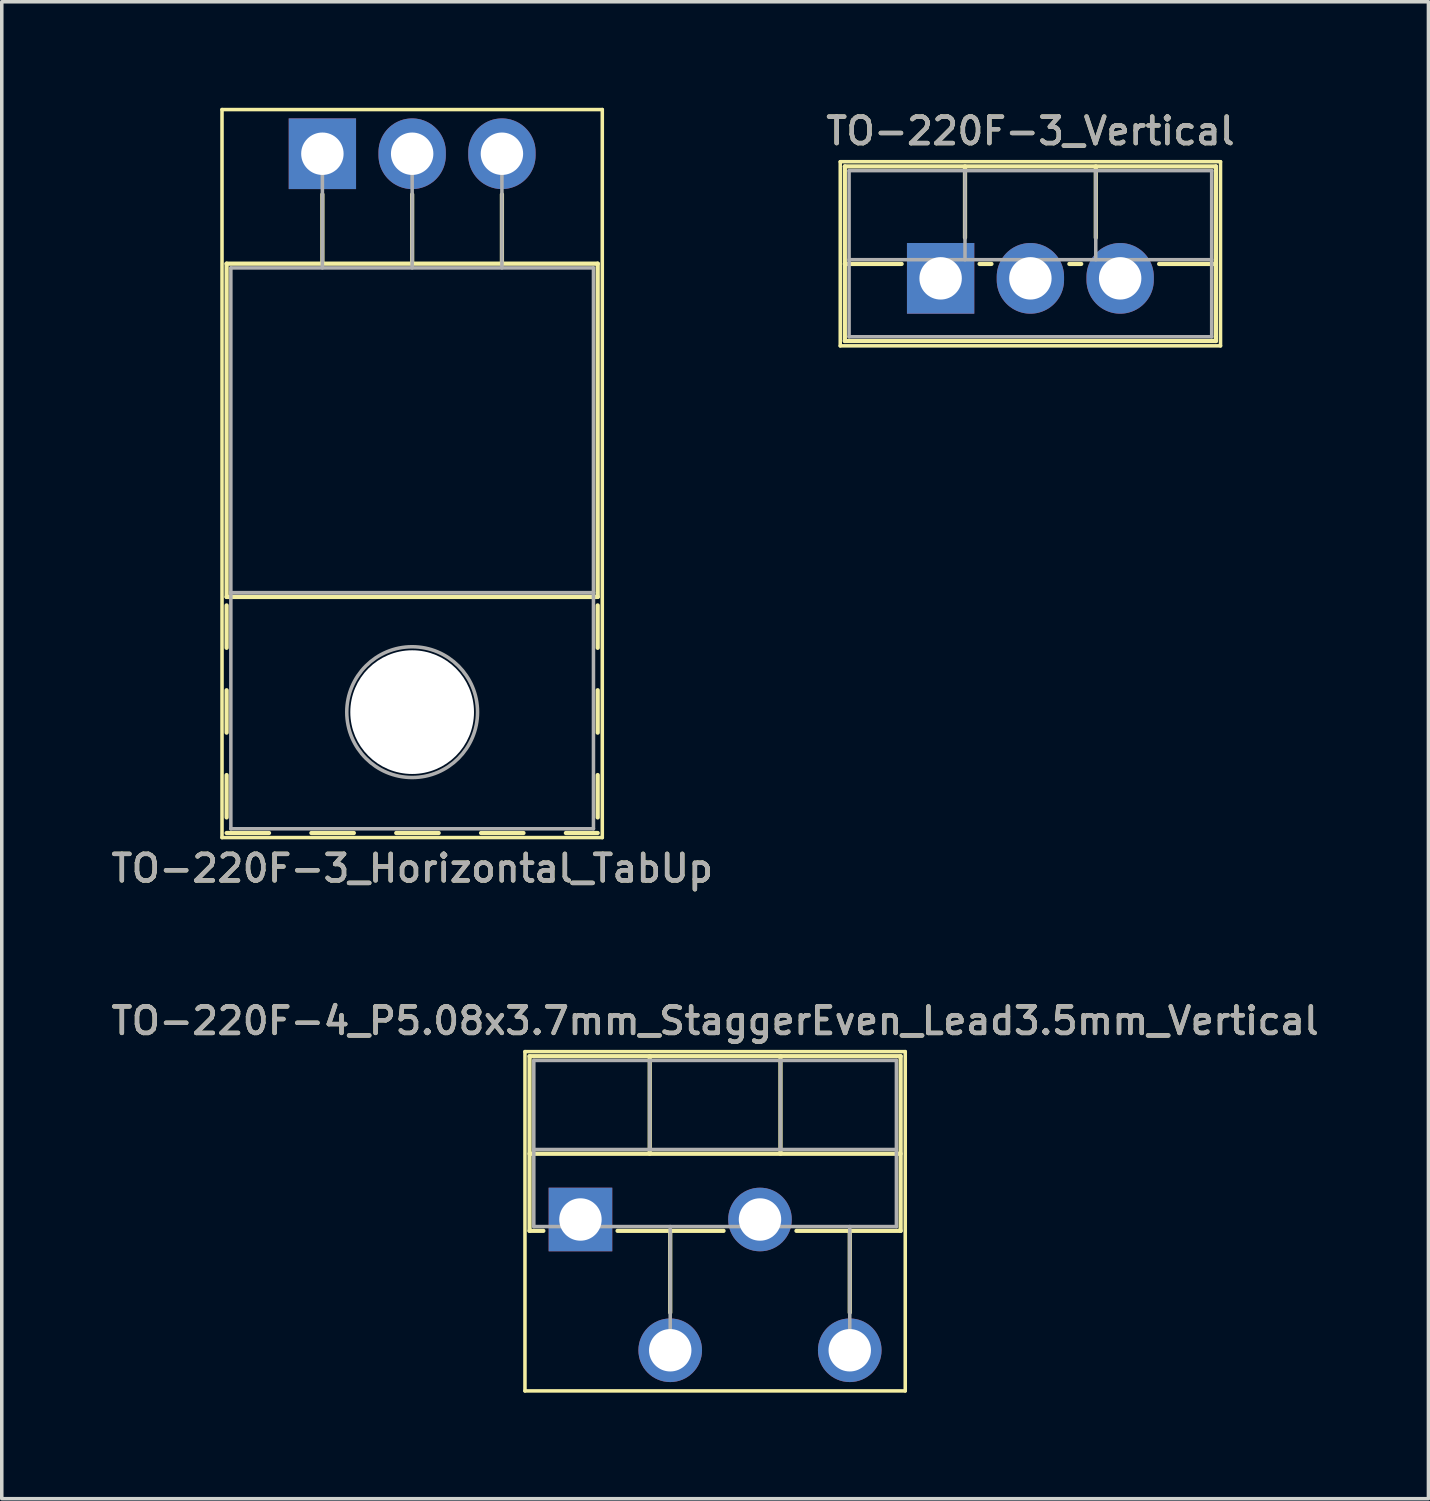
<source format=kicad_pcb>
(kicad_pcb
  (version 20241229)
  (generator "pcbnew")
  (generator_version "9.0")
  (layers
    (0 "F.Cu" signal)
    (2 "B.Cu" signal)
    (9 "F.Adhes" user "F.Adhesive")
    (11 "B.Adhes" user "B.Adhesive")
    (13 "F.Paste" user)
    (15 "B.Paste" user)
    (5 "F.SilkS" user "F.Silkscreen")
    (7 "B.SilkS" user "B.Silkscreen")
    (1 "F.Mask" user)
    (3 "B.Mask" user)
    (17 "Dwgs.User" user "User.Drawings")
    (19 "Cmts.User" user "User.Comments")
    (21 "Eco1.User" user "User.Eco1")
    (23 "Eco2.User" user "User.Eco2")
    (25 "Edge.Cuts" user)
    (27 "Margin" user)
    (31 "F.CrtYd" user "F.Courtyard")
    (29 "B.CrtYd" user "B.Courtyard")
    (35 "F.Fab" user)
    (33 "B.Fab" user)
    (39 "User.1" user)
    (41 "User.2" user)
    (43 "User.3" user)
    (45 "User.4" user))
  (footprint "TO-220F-4_P5.08x3.7mm_StaggerEven_Lead3.5mm_Vertical"
    (layer "F.Cu")
    (at 13.374 31.456)
    (property "Reference" "TO-220F-4_P5.08x3.7mm_StaggerEven_Lead3.5mm_Vertical" (at 3.81 -5.62 0) (layer "F.SilkS") (effects (font (size 0.75 0.75) (thickness 0.125))))
    (attr through_hole)
    (fp_line (start -1.57 -4.75) (end -1.57 4.85) (stroke (width 0.1) (type solid)) (layer "F.SilkS"))
    (fp_line (start -1.57 4.85) (end 9.19 4.85) (stroke (width 0.1) (type solid)) (layer "F.SilkS"))
    (fp_line (start -1.44 -4.62) (end -1.44 0.321) (stroke (width 0.12) (type solid)) (layer "F.SilkS"))
    (fp_line (start -1.44 -4.62) (end 9.06 -4.62) (stroke (width 0.12) (type solid)) (layer "F.SilkS"))
    (fp_line (start -1.44 -1.861) (end 9.06 -1.861) (stroke (width 0.12) (type solid)) (layer "F.SilkS"))
    (fp_line (start -1.44 0.321) (end -1.05 0.321) (stroke (width 0.12) (type solid)) (layer "F.SilkS"))
    (fp_line (start 1.05 0.321) (end 4.049 0.321) (stroke (width 0.12) (type solid)) (layer "F.SilkS"))
    (fp_line (start 1.96 -4.62) (end 1.96 -1.861) (stroke (width 0.12) (type solid)) (layer "F.SilkS"))
    (fp_line (start 2.54 0.321) (end 2.54 2.635) (stroke (width 0.12) (type solid)) (layer "F.SilkS"))
    (fp_line (start 5.66 -4.62) (end 5.66 -1.861) (stroke (width 0.12) (type solid)) (layer "F.SilkS"))
    (fp_line (start 6.112 0.321) (end 9.06 0.321) (stroke (width 0.12) (type solid)) (layer "F.SilkS"))
    (fp_line (start 7.62 0.321) (end 7.62 2.635) (stroke (width 0.12) (type solid)) (layer "F.SilkS"))
    (fp_line (start 9.06 -4.62) (end 9.06 0.321) (stroke (width 0.12) (type solid)) (layer "F.SilkS"))
    (fp_line (start 9.19 -4.75) (end -1.57 -4.75) (stroke (width 0.1) (type solid)) (layer "F.SilkS"))
    (fp_line (start 9.19 4.85) (end 9.19 -4.75) (stroke (width 0.1) (type solid)) (layer "F.SilkS"))
    (fp_line (start -1.32 -4.5) (end -1.32 0.2) (stroke (width 0.1) (type solid)) (layer "F.Fab"))
    (fp_line (start -1.32 -1.98) (end 8.94 -1.98) (stroke (width 0.1) (type solid)) (layer "F.Fab"))
    (fp_line (start -1.32 0.2) (end 8.94 0.2) (stroke (width 0.1) (type solid)) (layer "F.Fab"))
    (fp_line (start 1.96 -4.5) (end 1.96 -1.98) (stroke (width 0.1) (type solid)) (layer "F.Fab"))
    (fp_line (start 2.54 0.2) (end 2.54 3.7) (stroke (width 0.1) (type solid)) (layer "F.Fab"))
    (fp_line (start 5.66 -4.5) (end 5.66 -1.98) (stroke (width 0.1) (type solid)) (layer "F.Fab"))
    (fp_line (start 7.62 0.2) (end 7.62 3.7) (stroke (width 0.1) (type solid)) (layer "F.Fab"))
    (fp_line (start 8.94 -4.5) (end -1.32 -4.5) (stroke (width 0.1) (type solid)) (layer "F.Fab"))
    (fp_line (start 8.94 0.2) (end 8.94 -4.5) (stroke (width 0.1) (type solid)) (layer "F.Fab"))
    (fp_text user "${REFERENCE}" (at 3.81 -5.62 0) (layer "F.Fab") (effects (font (size 0.75 0.75) (thickness 0.125))))
    (pad "1" thru_hole rect (at 0 0) (size 1.8 1.8) (drill 1.2) (layers "*.Cu" "*.Mask"))
    (pad "2" thru_hole oval (at 2.54 3.7) (size 1.8 1.8) (drill 1.2) (layers "*.Cu" "*.Mask"))
    (pad "3" thru_hole oval (at 5.08 0) (size 1.8 1.8) (drill 1.2) (layers "*.Cu" "*.Mask"))
    (pad "4" thru_hole oval (at 7.62 3.7) (size 1.8 1.8) (drill 1.2) (layers "*.Cu" "*.Mask")))
  (footprint "TO-220F-3_Vertical"
    (layer "F.Cu")
    (at 23.565 4.826)
    (property "Reference" "TO-220F-3_Vertical" (at 2.54 -4.168 0) (layer "F.SilkS") (effects (font (size 0.75 0.75) (thickness 0.125))))
    (attr through_hole)
    (fp_line (start -2.84 -3.3) (end -2.84 1.91) (stroke (width 0.1) (type solid)) (layer "F.SilkS"))
    (fp_line (start -2.84 1.91) (end 7.92 1.91) (stroke (width 0.1) (type solid)) (layer "F.SilkS"))
    (fp_line (start -2.71 -3.168) (end -2.71 1.773) (stroke (width 0.12) (type solid)) (layer "F.SilkS"))
    (fp_line (start -2.71 -3.168) (end 7.79 -3.168) (stroke (width 0.12) (type solid)) (layer "F.SilkS"))
    (fp_line (start -2.71 -0.408) (end -1.103 -0.408) (stroke (width 0.12) (type solid)) (layer "F.SilkS"))
    (fp_line (start -2.71 1.773) (end 7.79 1.773) (stroke (width 0.12) (type solid)) (layer "F.SilkS"))
    (fp_line (start 0.69 -3.168) (end 0.69 -1.15) (stroke (width 0.12) (type solid)) (layer "F.SilkS"))
    (fp_line (start 1.103 -0.408) (end 1.438 -0.408) (stroke (width 0.12) (type solid)) (layer "F.SilkS"))
    (fp_line (start 3.643 -0.408) (end 3.978 -0.408) (stroke (width 0.12) (type solid)) (layer "F.SilkS"))
    (fp_line (start 4.391 -3.168) (end 4.391 -1.15) (stroke (width 0.12) (type solid)) (layer "F.SilkS"))
    (fp_line (start 6.183 -0.408) (end 7.79 -0.408) (stroke (width 0.12) (type solid)) (layer "F.SilkS"))
    (fp_line (start 7.79 -3.168) (end 7.79 1.773) (stroke (width 0.12) (type solid)) (layer "F.SilkS"))
    (fp_line (start 7.92 -3.3) (end -2.84 -3.3) (stroke (width 0.1) (type solid)) (layer "F.SilkS"))
    (fp_line (start 7.92 1.91) (end 7.92 -3.3) (stroke (width 0.1) (type solid)) (layer "F.SilkS"))
    (fp_line (start -2.59 -3.047) (end -2.59 1.653) (stroke (width 0.1) (type solid)) (layer "F.Fab"))
    (fp_line (start -2.59 -0.527) (end 7.67 -0.527) (stroke (width 0.1) (type solid)) (layer "F.Fab"))
    (fp_line (start -2.59 1.653) (end 7.67 1.653) (stroke (width 0.1) (type solid)) (layer "F.Fab"))
    (fp_line (start 0.69 -3.047) (end 0.69 -0.527) (stroke (width 0.1) (type solid)) (layer "F.Fab"))
    (fp_line (start 4.39 -3.047) (end 4.39 -0.527) (stroke (width 0.1) (type solid)) (layer "F.Fab"))
    (fp_line (start 7.67 -3.047) (end -2.59 -3.047) (stroke (width 0.1) (type solid)) (layer "F.Fab"))
    (fp_line (start 7.67 1.653) (end 7.67 -3.047) (stroke (width 0.1) (type solid)) (layer "F.Fab"))
    (fp_text user "${REFERENCE}" (at 2.54 -4.168 0) (layer "F.Fab") (effects (font (size 0.75 0.75) (thickness 0.125))))
    (pad "1" thru_hole rect (at 0 0) (size 1.905 2) (drill 1.2) (layers "*.Cu" "*.Mask"))
    (pad "2" thru_hole oval (at 2.54 0) (size 1.905 2) (drill 1.2) (layers "*.Cu" "*.Mask"))
    (pad "3" thru_hole oval (at 5.08 0) (size 1.905 2) (drill 1.2) (layers "*.Cu" "*.Mask")))
  (footprint "TO-220F-3_Horizontal_TabUp"
    (layer "F.Cu")
    (at 6.072 1.3)
    (property "Reference" "TO-220F-3_Horizontal_TabUp" (at 2.54 20.22 0) (layer "F.SilkS") (effects (font (size 0.75 0.75) (thickness 0.125))))
    (attr through_hole)
    (fp_line (start -2.84 -1.25) (end -2.84 19.35) (stroke (width 0.1) (type solid)) (layer "F.SilkS"))
    (fp_line (start -2.84 19.35) (end 7.92 19.35) (stroke (width 0.1) (type solid)) (layer "F.SilkS"))
    (fp_line (start -2.71 3.11) (end -2.71 12.54) (stroke (width 0.12) (type solid)) (layer "F.SilkS"))
    (fp_line (start -2.71 3.11) (end 7.79 3.11) (stroke (width 0.12) (type solid)) (layer "F.SilkS"))
    (fp_line (start -2.71 12.54) (end 7.79 12.54) (stroke (width 0.12) (type solid)) (layer "F.SilkS"))
    (fp_line (start -2.71 12.78) (end -2.71 13.98) (stroke (width 0.12) (type solid)) (layer "F.SilkS"))
    (fp_line (start -2.71 15.18) (end -2.71 16.38) (stroke (width 0.12) (type solid)) (layer "F.SilkS"))
    (fp_line (start -2.71 17.58) (end -2.71 18.78) (stroke (width 0.12) (type solid)) (layer "F.SilkS"))
    (fp_line (start -2.71 19.22) (end -1.51 19.22) (stroke (width 0.12) (type solid)) (layer "F.SilkS"))
    (fp_line (start -0.311 19.22) (end 0.89 19.22) (stroke (width 0.12) (type solid)) (layer "F.SilkS"))
    (fp_line (start 0 1.15) (end 0 3.11) (stroke (width 0.12) (type solid)) (layer "F.SilkS"))
    (fp_line (start 2.09 19.22) (end 3.29 19.22) (stroke (width 0.12) (type solid)) (layer "F.SilkS"))
    (fp_line (start 2.54 1.15) (end 2.54 3.11) (stroke (width 0.12) (type solid)) (layer "F.SilkS"))
    (fp_line (start 4.49 19.22) (end 5.69 19.22) (stroke (width 0.12) (type solid)) (layer "F.SilkS"))
    (fp_line (start 5.08 1.15) (end 5.08 3.11) (stroke (width 0.12) (type solid)) (layer "F.SilkS"))
    (fp_line (start 6.89 19.22) (end 7.79 19.22) (stroke (width 0.12) (type solid)) (layer "F.SilkS"))
    (fp_line (start 7.79 3.11) (end 7.79 12.54) (stroke (width 0.12) (type solid)) (layer "F.SilkS"))
    (fp_line (start 7.79 12.78) (end 7.79 13.98) (stroke (width 0.12) (type solid)) (layer "F.SilkS"))
    (fp_line (start 7.79 15.18) (end 7.79 16.38) (stroke (width 0.12) (type solid)) (layer "F.SilkS"))
    (fp_line (start 7.79 17.58) (end 7.79 18.78) (stroke (width 0.12) (type solid)) (layer "F.SilkS"))
    (fp_line (start 7.92 -1.25) (end -2.84 -1.25) (stroke (width 0.1) (type solid)) (layer "F.SilkS"))
    (fp_line (start 7.92 19.35) (end 7.92 -1.25) (stroke (width 0.1) (type solid)) (layer "F.SilkS"))
    (fp_line (start -2.59 3.23) (end -2.59 12.42) (stroke (width 0.1) (type solid)) (layer "F.Fab"))
    (fp_line (start -2.59 12.42) (end -2.59 19.1) (stroke (width 0.1) (type solid)) (layer "F.Fab"))
    (fp_line (start -2.59 12.42) (end 7.67 12.42) (stroke (width 0.1) (type solid)) (layer "F.Fab"))
    (fp_line (start -2.59 19.1) (end 7.67 19.1) (stroke (width 0.1) (type solid)) (layer "F.Fab"))
    (fp_line (start 0 3.23) (end 0 0) (stroke (width 0.1) (type solid)) (layer "F.Fab"))
    (fp_line (start 2.54 3.23) (end 2.54 0) (stroke (width 0.1) (type solid)) (layer "F.Fab"))
    (fp_line (start 5.08 3.23) (end 5.08 0) (stroke (width 0.1) (type solid)) (layer "F.Fab"))
    (fp_line (start 7.67 3.23) (end -2.59 3.23) (stroke (width 0.1) (type solid)) (layer "F.Fab"))
    (fp_line (start 7.67 12.42) (end -2.59 12.42) (stroke (width 0.1) (type solid)) (layer "F.Fab"))
    (fp_line (start 7.67 12.42) (end 7.67 3.23) (stroke (width 0.1) (type solid)) (layer "F.Fab"))
    (fp_line (start 7.67 19.1) (end 7.67 12.42) (stroke (width 0.1) (type solid)) (layer "F.Fab"))
    (fp_circle (center 2.54 15.8) (end 4.39 15.8) (stroke (width 0.1) (type solid)) (fill no) (layer "F.Fab"))
    (fp_text user "${REFERENCE}" (at 2.54 20.22 0) (layer "F.Fab") (effects (font (size 0.75 0.75) (thickness 0.125))))
    (pad "" np_thru_hole circle (at 2.54 15.8) (size 3.5 3.5) (drill 3.5) (layers "*.Cu" "*.Mask"))
    (pad "1" thru_hole rect (at 0 0) (size 1.905 2) (drill 1.2) (layers "*.Cu" "*.Mask"))
    (pad "2" thru_hole oval (at 2.54 0) (size 1.905 2) (drill 1.2) (layers "*.Cu" "*.Mask"))
    (pad "3" thru_hole oval (at 5.08 0) (size 1.905 2) (drill 1.2) (layers "*.Cu" "*.Mask")))
  (gr_rect
    (start -3 -3)
    (end 37.368 39.356)
    (stroke (width 0.1) (type default))
    (fill no)
    (layer "Edge.Cuts")))
</source>
